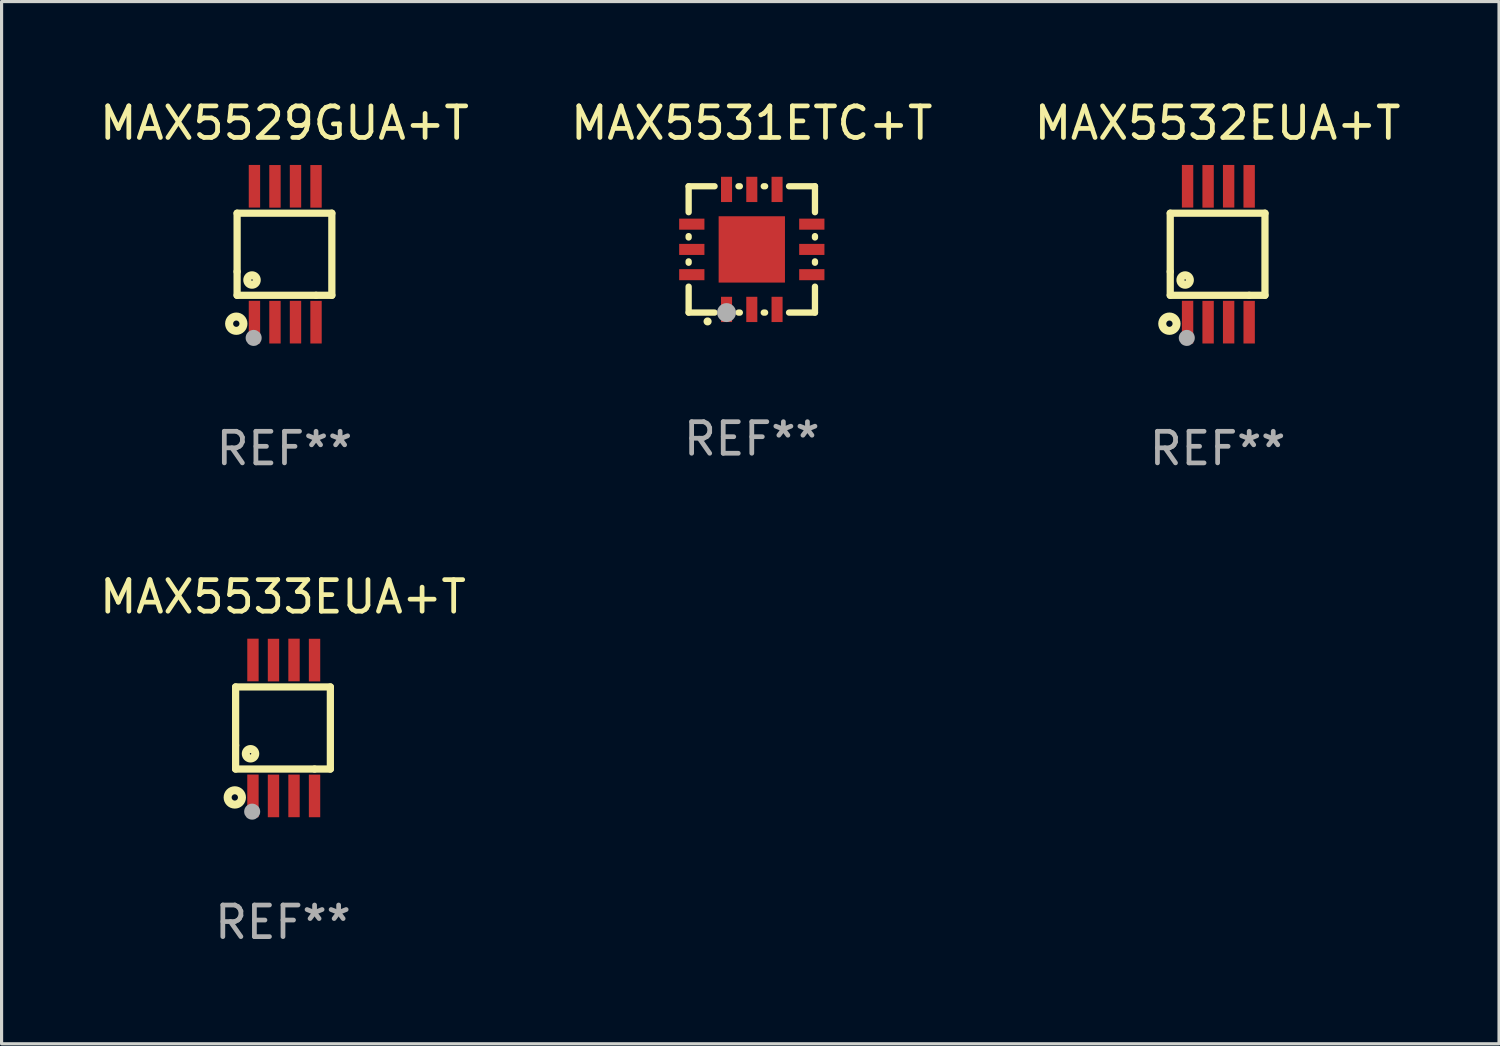
<source format=kicad_pcb>
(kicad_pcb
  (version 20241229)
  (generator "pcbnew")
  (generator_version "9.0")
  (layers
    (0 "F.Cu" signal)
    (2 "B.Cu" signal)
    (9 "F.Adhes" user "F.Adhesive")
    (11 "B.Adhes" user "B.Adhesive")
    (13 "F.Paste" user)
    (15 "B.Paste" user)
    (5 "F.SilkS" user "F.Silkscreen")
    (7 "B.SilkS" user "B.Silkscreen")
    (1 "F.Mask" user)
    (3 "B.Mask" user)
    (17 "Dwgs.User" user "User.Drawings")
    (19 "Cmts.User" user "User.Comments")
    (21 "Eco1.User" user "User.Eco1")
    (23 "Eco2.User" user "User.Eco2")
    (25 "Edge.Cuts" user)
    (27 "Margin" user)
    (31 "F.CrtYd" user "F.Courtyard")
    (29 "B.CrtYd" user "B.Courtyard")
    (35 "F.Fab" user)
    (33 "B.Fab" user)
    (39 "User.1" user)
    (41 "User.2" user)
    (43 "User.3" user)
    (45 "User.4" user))
  (footprint "MAX5533EUA+T"
    (layer "F.Cu")
    (at 5.911 20.001)
    (property "Reference" "MAX5533EUA+T" (at 0 -4.152 0) (layer "F.SilkS") (effects (font (size 1 1) (thickness 0.15))))
    (attr through_hole)
    (fp_line (start -1.5 1.301) (end 1 1.301) (stroke (width 0.229) (type solid)) (layer "F.SilkS"))
    (fp_line (start -1.5 -1.299) (end -1.5 0.551) (stroke (width 0.229) (type solid)) (layer "F.SilkS"))
    (fp_line (start -1.5 0.551) (end -1.5 1.301) (stroke (width 0.229) (type solid)) (layer "F.SilkS"))
    (fp_line (start 1 1.301) (end 1.5 1.301) (stroke (width 0.229) (type solid)) (layer "F.SilkS"))
    (fp_line (start 1.5 1.301) (end 1.5 -1.299) (stroke (width 0.229) (type solid)) (layer "F.SilkS"))
    (fp_line (start 1.5 -1.299) (end -1.5 -1.299) (stroke (width 0.229) (type solid)) (layer "F.SilkS"))
    (fp_circle (center -1.526 2.2) (end -1.426 2.2) (stroke (width 0.254) (type solid)) (fill no) (layer "F.SilkS"))
    (fp_circle (center -1.476 2.45) (end -1.446 2.45) (stroke (width 0.06) (type solid)) (fill no) (layer "F.SilkS"))
    (fp_circle (center -1.028 0.817) (end -0.878 0.817) (stroke (width 0.254) (type solid)) (fill no) (layer "F.SilkS"))
    (fp_circle (center -0.976 2.65) (end -0.849 2.65) (stroke (width 0.254) (type solid)) (fill no) (layer "F.Fab"))
    (fp_text user "REF**" (at 0 6.152 0) (layer "F.Fab") (effects (font (size 1 1) (thickness 0.15))))
    (pad "1" smd rect (at -0.951 2.15) (size 0.36 1.35) (layers "F.Cu" "F.Mask" "F.Paste"))
    (pad "2" smd rect (at -0.301 2.152) (size 0.36 1.35) (layers "F.Cu" "F.Mask" "F.Paste"))
    (pad "3" smd rect (at 0.349 2.151) (size 0.36 1.35) (layers "F.Cu" "F.Mask" "F.Paste"))
    (pad "4" smd rect (at 0.999 2.152) (size 0.36 1.35) (layers "F.Cu" "F.Mask" "F.Paste"))
    (pad "5" smd rect (at 0.999 -2.149) (size 0.36 1.35) (layers "F.Cu" "F.Mask" "F.Paste"))
    (pad "6" smd rect (at 0.349 -2.152) (size 0.36 1.35) (layers "F.Cu" "F.Mask" "F.Paste"))
    (pad "7" smd rect (at -0.301 -2.149) (size 0.36 1.35) (layers "F.Cu" "F.Mask" "F.Paste"))
    (pad "8" smd rect (at -0.951 -2.152) (size 0.36 1.35) (layers "F.Cu" "F.Mask" "F.Paste")))
  (footprint "MAX5532EUA+T"
    (layer "F.Cu")
    (at 35.506 5)
    (property "Reference" "MAX5532EUA+T" (at 0 -4.152 0) (layer "F.SilkS") (effects (font (size 1 1) (thickness 0.15))))
    (attr through_hole)
    (fp_line (start -1.5 1.301) (end 1 1.301) (stroke (width 0.229) (type solid)) (layer "F.SilkS"))
    (fp_line (start -1.5 -1.299) (end -1.5 0.551) (stroke (width 0.229) (type solid)) (layer "F.SilkS"))
    (fp_line (start -1.5 0.551) (end -1.5 1.301) (stroke (width 0.229) (type solid)) (layer "F.SilkS"))
    (fp_line (start 1 1.301) (end 1.5 1.301) (stroke (width 0.229) (type solid)) (layer "F.SilkS"))
    (fp_line (start 1.5 1.301) (end 1.5 -1.299) (stroke (width 0.229) (type solid)) (layer "F.SilkS"))
    (fp_line (start 1.5 -1.299) (end -1.5 -1.299) (stroke (width 0.229) (type solid)) (layer "F.SilkS"))
    (fp_circle (center -1.526 2.2) (end -1.426 2.2) (stroke (width 0.254) (type solid)) (fill no) (layer "F.SilkS"))
    (fp_circle (center -1.476 2.45) (end -1.446 2.45) (stroke (width 0.06) (type solid)) (fill no) (layer "F.SilkS"))
    (fp_circle (center -1.028 0.817) (end -0.878 0.817) (stroke (width 0.254) (type solid)) (fill no) (layer "F.SilkS"))
    (fp_circle (center -0.976 2.65) (end -0.849 2.65) (stroke (width 0.254) (type solid)) (fill no) (layer "F.Fab"))
    (fp_text user "REF**" (at 0 6.152 0) (layer "F.Fab") (effects (font (size 1 1) (thickness 0.15))))
    (pad "1" smd rect (at -0.951 2.15) (size 0.36 1.35) (layers "F.Cu" "F.Mask" "F.Paste"))
    (pad "2" smd rect (at -0.301 2.152) (size 0.36 1.35) (layers "F.Cu" "F.Mask" "F.Paste"))
    (pad "3" smd rect (at 0.349 2.151) (size 0.36 1.35) (layers "F.Cu" "F.Mask" "F.Paste"))
    (pad "4" smd rect (at 0.999 2.152) (size 0.36 1.35) (layers "F.Cu" "F.Mask" "F.Paste"))
    (pad "5" smd rect (at 0.999 -2.149) (size 0.36 1.35) (layers "F.Cu" "F.Mask" "F.Paste"))
    (pad "6" smd rect (at 0.349 -2.152) (size 0.36 1.35) (layers "F.Cu" "F.Mask" "F.Paste"))
    (pad "7" smd rect (at -0.301 -2.149) (size 0.36 1.35) (layers "F.Cu" "F.Mask" "F.Paste"))
    (pad "8" smd rect (at -0.951 -2.152) (size 0.36 1.35) (layers "F.Cu" "F.Mask" "F.Paste")))
  (footprint "MAX5529GUA+T"
    (layer "F.Cu")
    (at 5.958 5)
    (property "Reference" "MAX5529GUA+T" (at 0 -4.152 0) (layer "F.SilkS") (effects (font (size 1 1) (thickness 0.15))))
    (attr through_hole)
    (fp_line (start -1.5 1.301) (end 1 1.301) (stroke (width 0.229) (type solid)) (layer "F.SilkS"))
    (fp_line (start -1.5 -1.299) (end -1.5 0.551) (stroke (width 0.229) (type solid)) (layer "F.SilkS"))
    (fp_line (start -1.5 0.551) (end -1.5 1.301) (stroke (width 0.229) (type solid)) (layer "F.SilkS"))
    (fp_line (start 1 1.301) (end 1.5 1.301) (stroke (width 0.229) (type solid)) (layer "F.SilkS"))
    (fp_line (start 1.5 1.301) (end 1.5 -1.299) (stroke (width 0.229) (type solid)) (layer "F.SilkS"))
    (fp_line (start 1.5 -1.299) (end -1.5 -1.299) (stroke (width 0.229) (type solid)) (layer "F.SilkS"))
    (fp_circle (center -1.526 2.2) (end -1.426 2.2) (stroke (width 0.254) (type solid)) (fill no) (layer "F.SilkS"))
    (fp_circle (center -1.476 2.45) (end -1.446 2.45) (stroke (width 0.06) (type solid)) (fill no) (layer "F.SilkS"))
    (fp_circle (center -1.028 0.817) (end -0.878 0.817) (stroke (width 0.254) (type solid)) (fill no) (layer "F.SilkS"))
    (fp_circle (center -0.976 2.65) (end -0.849 2.65) (stroke (width 0.254) (type solid)) (fill no) (layer "F.Fab"))
    (fp_text user "REF**" (at 0 6.152 0) (layer "F.Fab") (effects (font (size 1 1) (thickness 0.15))))
    (pad "1" smd rect (at -0.951 2.15) (size 0.36 1.35) (layers "F.Cu" "F.Mask" "F.Paste"))
    (pad "2" smd rect (at -0.301 2.152) (size 0.36 1.35) (layers "F.Cu" "F.Mask" "F.Paste"))
    (pad "3" smd rect (at 0.349 2.151) (size 0.36 1.35) (layers "F.Cu" "F.Mask" "F.Paste"))
    (pad "4" smd rect (at 0.999 2.152) (size 0.36 1.35) (layers "F.Cu" "F.Mask" "F.Paste"))
    (pad "5" smd rect (at 0.999 -2.149) (size 0.36 1.35) (layers "F.Cu" "F.Mask" "F.Paste"))
    (pad "6" smd rect (at 0.349 -2.152) (size 0.36 1.35) (layers "F.Cu" "F.Mask" "F.Paste"))
    (pad "7" smd rect (at -0.301 -2.149) (size 0.36 1.35) (layers "F.Cu" "F.Mask" "F.Paste"))
    (pad "8" smd rect (at -0.951 -2.152) (size 0.36 1.35) (layers "F.Cu" "F.Mask" "F.Paste")))
  (footprint "MAX5531ETC+T"
    (layer "F.Cu")
    (at 20.756 4.848)
    (property "Reference" "MAX5531ETC+T" (at 0 -4 0) (layer "F.SilkS") (effects (font (size 1 1) (thickness 0.15))))
    (attr through_hole)
    (fp_line (start -2 -2) (end -1.179 -2) (stroke (width 0.2) (type solid)) (layer "F.SilkS"))
    (fp_line (start -2 -1.179) (end -2 -2) (stroke (width 0.2) (type solid)) (layer "F.SilkS"))
    (fp_line (start -2 -0.379) (end -2 -0.421) (stroke (width 0.2) (type solid)) (layer "F.SilkS"))
    (fp_line (start -2 0.421) (end -2 0.379) (stroke (width 0.2) (type solid)) (layer "F.SilkS"))
    (fp_line (start -2 2) (end -2 1.179) (stroke (width 0.2) (type solid)) (layer "F.SilkS"))
    (fp_line (start -1.179 2) (end -2 2) (stroke (width 0.2) (type solid)) (layer "F.SilkS"))
    (fp_line (start -0.421 -2) (end -0.379 -2) (stroke (width 0.2) (type solid)) (layer "F.SilkS"))
    (fp_line (start -0.379 2) (end -0.421 2) (stroke (width 0.2) (type solid)) (layer "F.SilkS"))
    (fp_line (start 0.379 -2) (end 0.421 -2) (stroke (width 0.2) (type solid)) (layer "F.SilkS"))
    (fp_line (start 0.421 2) (end 0.379 2) (stroke (width 0.2) (type solid)) (layer "F.SilkS"))
    (fp_line (start 1.179 -2) (end 2 -2) (stroke (width 0.2) (type solid)) (layer "F.SilkS"))
    (fp_line (start 2 -2) (end 2 -1.179) (stroke (width 0.2) (type solid)) (layer "F.SilkS"))
    (fp_line (start 2 -0.421) (end 2 -0.379) (stroke (width 0.2) (type solid)) (layer "F.SilkS"))
    (fp_line (start 2 0.379) (end 2 0.421) (stroke (width 0.2) (type solid)) (layer "F.SilkS"))
    (fp_line (start 2 1.179) (end 2 2) (stroke (width 0.2) (type solid)) (layer "F.SilkS"))
    (fp_line (start 2 2) (end 1.179 2) (stroke (width 0.2) (type solid)) (layer "F.SilkS"))
    (fp_arc (start -1.40127 2.28001) (mid -1.4 2.280003) (end -1.39873 2.28001) (stroke (width 0.254001) (type solid)) (layer "F.SilkS"))
    (fp_circle (center -2 2) (end -1.97 2) (stroke (width 0.06) (type solid)) (fill no) (layer "F.SilkS"))
    (fp_circle (center -0.8 2) (end -0.65 2) (stroke (width 0.3) (type solid)) (fill no) (layer "F.Fab"))
    (fp_text user "REF**" (at 0 6 0) (layer "F.Fab") (effects (font (size 1 1) (thickness 0.15))))
    (pad "1" smd rect (at -0.8 1.9 90) (size 0.8 0.35) (layers "F.Cu" "F.Mask" "F.Paste"))
    (pad "2" smd rect (at -0.000127 1.9 90) (size 0.8 0.35) (layers "F.Cu" "F.Mask" "F.Paste"))
    (pad "3" smd rect (at 0.8 1.9 90) (size 0.8 0.35) (layers "F.Cu" "F.Mask" "F.Paste"))
    (pad "4" smd rect (at 1.9 0.8 180) (size 0.8 0.35) (layers "F.Cu" "F.Mask" "F.Paste"))
    (pad "5" smd rect (at 1.9 -0.000127 180) (size 0.8 0.35) (layers "F.Cu" "F.Mask" "F.Paste"))
    (pad "6" smd rect (at 1.9 -0.8 180) (size 0.8 0.35) (layers "F.Cu" "F.Mask" "F.Paste"))
    (pad "7" smd rect (at 0.8 -1.9 270) (size 0.8 0.35) (layers "F.Cu" "F.Mask" "F.Paste"))
    (pad "8" smd rect (at -0.000127 -1.9 270) (size 0.8 0.35) (layers "F.Cu" "F.Mask" "F.Paste"))
    (pad "9" smd rect (at -0.8 -1.9 270) (size 0.8 0.35) (layers "F.Cu" "F.Mask" "F.Paste"))
    (pad "10" smd rect (at -1.9 -0.8) (size 0.8 0.35) (layers "F.Cu" "F.Mask" "F.Paste"))
    (pad "11" smd rect (at -1.9 -0.000127) (size 0.8 0.35) (layers "F.Cu" "F.Mask" "F.Paste"))
    (pad "12" smd rect (at -1.9 0.8) (size 0.8 0.35) (layers "F.Cu" "F.Mask" "F.Paste"))
    (pad "13" smd rect (at -0.000127 -0.000127 90) (size 2.1 2.1) (layers "F.Cu" "F.Mask" "F.Paste")))
  (gr_rect
    (start -3 -3)
    (end 44.417 30.002)
    (stroke (width 0.1) (type default))
    (fill no)
    (layer "Edge.Cuts")))
</source>
